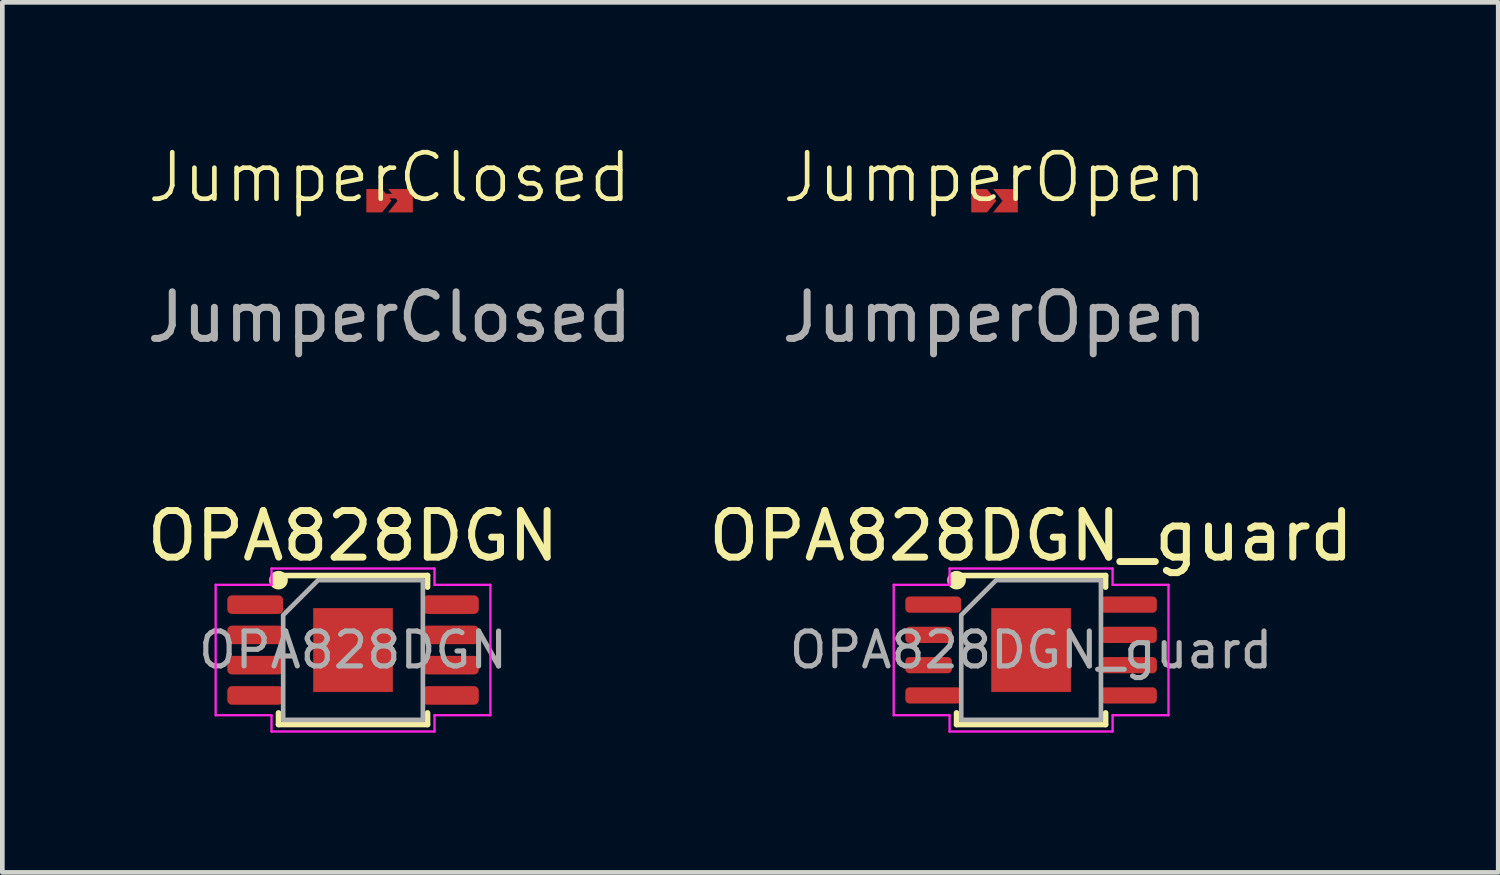
<source format=kicad_pcb>
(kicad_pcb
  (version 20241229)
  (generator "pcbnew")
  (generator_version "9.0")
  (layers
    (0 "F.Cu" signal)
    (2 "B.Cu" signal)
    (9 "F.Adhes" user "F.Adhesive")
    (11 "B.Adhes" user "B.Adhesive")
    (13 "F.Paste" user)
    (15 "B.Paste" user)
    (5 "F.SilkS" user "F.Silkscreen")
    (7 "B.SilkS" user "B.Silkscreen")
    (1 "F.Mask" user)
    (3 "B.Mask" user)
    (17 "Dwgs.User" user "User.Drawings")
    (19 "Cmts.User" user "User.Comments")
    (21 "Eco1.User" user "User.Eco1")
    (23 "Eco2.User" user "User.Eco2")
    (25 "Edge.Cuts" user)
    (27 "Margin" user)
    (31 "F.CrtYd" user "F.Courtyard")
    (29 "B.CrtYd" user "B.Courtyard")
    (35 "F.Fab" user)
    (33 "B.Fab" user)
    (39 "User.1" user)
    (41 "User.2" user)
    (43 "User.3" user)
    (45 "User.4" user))
  (footprint "JumperClosed"
    (layer "F.Cu")
    (at 5.315 1.26)
    (property "Reference" "JumperClosed" (at 0 -0.5 0) (unlocked yes) (layer "F.SilkS") (effects (font (size 1 1) (thickness 0.1))))
    (attr smd exclude_from_pos_files exclude_from_bom allow_missing_courtyard)
    (fp_line (start -0.1 -0.1) (end 0.2 -0.1) (stroke (width 0.1) (type default)) (layer "F.Cu"))
    (fp_text user "${REFERENCE}" (at 0 2.5 0) (unlocked yes) (layer "F.Fab") (effects (font (size 1 1) (thickness 0.15))))
    (pad "1" smd custom (at -0.4 0) (size 0.2 0.2) (layers "F.Cu" "F.Mask" "F.Paste") (options (anchor circle)) (primitives (gr_poly (pts (xy -0.1 -0.07) (xy -0.098 -0.081) (xy -0.091 -0.091) (xy -0.081 -0.098) (xy -0.07 -0.1) (xy 0.07 -0.1) (xy 0.081 -0.098) (xy 0.091 -0.091) (xy 0.098 -0.081) (xy 0.1 -0.07) (xy 0.1 0.07) (xy 0.098 0.081) (xy 0.091 0.091) (xy 0.081 0.098) (xy 0.07 0.1) (xy -0.07 0.1) (xy -0.081 0.098) (xy -0.091 0.091) (xy -0.098 0.081) (xy -0.1 0.07)) (width 0) (fill yes)) (gr_poly (pts (xy -0.1 -0.25) (xy 0.24 -0.25) (xy 0.44 0) (xy 0.24 0.25) (xy -0.1 0.25)) (width 0) (fill yes))))
    (pad "2" smd custom (at 0.4 0) (size 0.2 0.2) (layers "F.Cu" "F.Mask" "F.Paste") (options (anchor circle)) (primitives (gr_poly (pts (xy -0.1 -0.07) (xy -0.098 -0.081) (xy -0.091 -0.091) (xy -0.081 -0.098) (xy -0.07 -0.1) (xy 0.07 -0.1) (xy 0.081 -0.098) (xy 0.091 -0.091) (xy 0.098 -0.081) (xy 0.1 -0.07) (xy 0.1 0.07) (xy 0.098 0.081) (xy 0.091 0.091) (xy 0.081 0.098) (xy 0.07 0.1) (xy -0.07 0.1) (xy -0.081 0.098) (xy -0.091 0.091) (xy -0.098 0.081) (xy -0.1 0.07)) (width 0) (fill yes)) (gr_poly (pts (xy 0.1 0.25) (xy -0.43 0.25) (xy -0.23 0) (xy -0.43 -0.25) (xy 0.1 -0.25)) (width 0) (fill yes)))))
  (footprint "JumperOpen"
    (layer "F.Cu")
    (at 18.304 1.26)
    (property "Reference" "JumperOpen" (at 0 -0.5 0) (unlocked yes) (layer "F.SilkS") (effects (font (size 1 1) (thickness 0.1))))
    (attr smd exclude_from_pos_files exclude_from_bom allow_missing_courtyard)
    (fp_text user "${REFERENCE}" (at 0 2.5 0) (unlocked yes) (layer "F.Fab") (effects (font (size 1 1) (thickness 0.15))))
    (pad "1" smd custom (at -0.4 0) (size 0.2 0.2) (layers "F.Cu" "F.Mask" "F.Paste") (options (anchor circle)) (primitives (gr_poly (pts (xy -0.1 -0.07) (xy -0.098 -0.081) (xy -0.091 -0.091) (xy -0.081 -0.098) (xy -0.07 -0.1) (xy 0.07 -0.1) (xy 0.081 -0.098) (xy 0.091 -0.091) (xy 0.098 -0.081) (xy 0.1 -0.07) (xy 0.1 0.07) (xy 0.098 0.081) (xy 0.091 0.091) (xy 0.081 0.098) (xy 0.07 0.1) (xy -0.07 0.1) (xy -0.081 0.098) (xy -0.091 0.091) (xy -0.098 0.081) (xy -0.1 0.07)) (width 0) (fill yes)) (gr_poly (pts (xy -0.1 -0.25) (xy 0.24 -0.25) (xy 0.44 0) (xy 0.24 0.25) (xy -0.1 0.25)) (width 0) (fill yes))))
    (pad "2" smd custom (at 0.4 0) (size 0.2 0.2) (layers "F.Cu" "F.Mask" "F.Paste") (options (anchor circle)) (primitives (gr_poly (pts (xy -0.1 -0.07) (xy -0.098 -0.081) (xy -0.091 -0.091) (xy -0.081 -0.098) (xy -0.07 -0.1) (xy 0.07 -0.1) (xy 0.081 -0.098) (xy 0.091 -0.091) (xy 0.098 -0.081) (xy 0.1 -0.07) (xy 0.1 0.07) (xy 0.098 0.081) (xy 0.091 0.091) (xy 0.081 0.098) (xy 0.07 0.1) (xy -0.07 0.1) (xy -0.081 0.098) (xy -0.091 0.091) (xy -0.098 0.081) (xy -0.1 0.07)) (width 0) (fill yes)) (gr_poly (pts (xy 0.1 0.25) (xy -0.43 0.25) (xy -0.23 0) (xy -0.43 -0.25) (xy 0.1 -0.25)) (width 0) (fill yes)))))
  (footprint "OPA828DGN_guard"
    (layer "F.Cu")
    (at 19.089 10.907)
    (property "Reference" "OPA828DGN_guard" (at 0 -2.45 0) (layer "F.SilkS") (effects (font (size 1 1) (thickness 0.15))))
    (attr smd)
    (fp_line (start -1.6 -1.6) (end 1.6 -1.6) (stroke (width 0.12) (type solid)) (layer "F.SilkS"))
    (fp_line (start -1.6 1.6) (end -1.6 1.35) (stroke (width 0.12) (type solid)) (layer "F.SilkS"))
    (fp_line (start 1.6 -1.6) (end 1.6 -1.35) (stroke (width 0.12) (type solid)) (layer "F.SilkS"))
    (fp_line (start 1.6 1.35) (end 1.6 1.6) (stroke (width 0.12) (type solid)) (layer "F.SilkS"))
    (fp_line (start 1.6 1.6) (end -1.6 1.6) (stroke (width 0.12) (type solid)) (layer "F.SilkS"))
    (fp_circle (center -1.6 -1.5) (end -1.6 -1.3) (stroke (width 0) (type default)) (fill yes) (layer "F.SilkS"))
    (fp_line (start -2.95 -1.4) (end -1.75 -1.4) (stroke (width 0.05) (type solid)) (layer "F.CrtYd"))
    (fp_line (start -2.95 1.4) (end -2.95 -1.4) (stroke (width 0.05) (type solid)) (layer "F.CrtYd"))
    (fp_line (start -1.75 -1.75) (end 1.75 -1.75) (stroke (width 0.05) (type solid)) (layer "F.CrtYd"))
    (fp_line (start -1.75 -1.4) (end -1.75 -1.75) (stroke (width 0.05) (type solid)) (layer "F.CrtYd"))
    (fp_line (start -1.75 1.4) (end -2.95 1.4) (stroke (width 0.05) (type solid)) (layer "F.CrtYd"))
    (fp_line (start -1.75 1.75) (end -1.75 1.4) (stroke (width 0.05) (type solid)) (layer "F.CrtYd"))
    (fp_line (start 1.75 -1.75) (end 1.75 -1.4) (stroke (width 0.05) (type solid)) (layer "F.CrtYd"))
    (fp_line (start 1.75 -1.4) (end 2.95 -1.4) (stroke (width 0.05) (type solid)) (layer "F.CrtYd"))
    (fp_line (start 1.75 1.4) (end 1.75 1.75) (stroke (width 0.05) (type solid)) (layer "F.CrtYd"))
    (fp_line (start 1.75 1.75) (end -1.75 1.75) (stroke (width 0.05) (type solid)) (layer "F.CrtYd"))
    (fp_line (start 2.95 -1.4) (end 2.95 1.4) (stroke (width 0.05) (type solid)) (layer "F.CrtYd"))
    (fp_line (start 2.95 1.4) (end 1.75 1.4) (stroke (width 0.05) (type solid)) (layer "F.CrtYd"))
    (fp_poly (pts (xy -0.75 -1.5) (xy 1.5 -1.5) (xy 1.5 1.5) (xy -1.5 1.5) (xy -1.5 -0.75)) (stroke (width 0.1) (type solid)) (fill no) (layer "F.Fab"))
    (fp_text user "${REFERENCE}" (at 0 0 0) (layer "F.Fab") (effects (font (size 0.75 0.75) (thickness 0.11))))
    (pad "1" smd roundrect (at -2.1 -0.975) (size 1.2 0.349) (layers "F.Cu" "F.Mask" "F.Paste") (roundrect_rratio 0.25))
    (pad "2" smd roundrect (at -2.2 -0.325) (size 1 0.349) (layers "F.Cu" "F.Mask" "F.Paste") (roundrect_rratio 0.25))
    (pad "3" smd roundrect (at -2.2 0.325) (size 1 0.349) (layers "F.Cu" "F.Mask" "F.Paste") (roundrect_rratio 0.25))
    (pad "4" smd roundrect (at -2.1 0.975) (size 1.2 0.349) (layers "F.Cu" "F.Mask" "F.Paste") (roundrect_rratio 0.25))
    (pad "5" smd roundrect (at 2.1 0.975) (size 1.2 0.349) (layers "F.Cu" "F.Mask" "F.Paste") (roundrect_rratio 0.25))
    (pad "6" smd roundrect (at 2.1 0.325) (size 1.2 0.349) (layers "F.Cu" "F.Mask" "F.Paste") (roundrect_rratio 0.25))
    (pad "7" smd roundrect (at 2.1 -0.325) (size 1.2 0.349) (layers "F.Cu" "F.Mask" "F.Paste") (roundrect_rratio 0.25))
    (pad "8" smd roundrect (at 2.1 -0.975) (size 1.2 0.349) (layers "F.Cu" "F.Mask" "F.Paste") (roundrect_rratio 0.25))
    (pad "9" smd rect (at 0 0) (size 1.71 1.8) (layers "F.Cu" "F.Mask" "F.Paste")))
  (footprint "OPA828DGN"
    (layer "F.Cu")
    (at 4.53 10.907)
    (property "Reference" "OPA828DGN" (at 0 -2.45 0) (layer "F.SilkS") (effects (font (size 1 1) (thickness 0.15))))
    (attr smd)
    (fp_line (start -1.6 -1.6) (end 1.6 -1.6) (stroke (width 0.12) (type solid)) (layer "F.SilkS"))
    (fp_line (start -1.6 1.6) (end -1.6 1.35) (stroke (width 0.12) (type solid)) (layer "F.SilkS"))
    (fp_line (start 1.6 -1.6) (end 1.6 -1.35) (stroke (width 0.12) (type solid)) (layer "F.SilkS"))
    (fp_line (start 1.6 1.35) (end 1.6 1.6) (stroke (width 0.12) (type solid)) (layer "F.SilkS"))
    (fp_line (start 1.6 1.6) (end -1.6 1.6) (stroke (width 0.12) (type solid)) (layer "F.SilkS"))
    (fp_circle (center -1.6 -1.5) (end -1.6 -1.3) (stroke (width 0) (type default)) (fill yes) (layer "F.SilkS"))
    (fp_line (start -2.95 -1.4) (end -1.75 -1.4) (stroke (width 0.05) (type solid)) (layer "F.CrtYd"))
    (fp_line (start -2.95 1.4) (end -2.95 -1.4) (stroke (width 0.05) (type solid)) (layer "F.CrtYd"))
    (fp_line (start -1.75 -1.75) (end 1.75 -1.75) (stroke (width 0.05) (type solid)) (layer "F.CrtYd"))
    (fp_line (start -1.75 -1.4) (end -1.75 -1.75) (stroke (width 0.05) (type solid)) (layer "F.CrtYd"))
    (fp_line (start -1.75 1.4) (end -2.95 1.4) (stroke (width 0.05) (type solid)) (layer "F.CrtYd"))
    (fp_line (start -1.75 1.75) (end -1.75 1.4) (stroke (width 0.05) (type solid)) (layer "F.CrtYd"))
    (fp_line (start 1.75 -1.75) (end 1.75 -1.4) (stroke (width 0.05) (type solid)) (layer "F.CrtYd"))
    (fp_line (start 1.75 -1.4) (end 2.95 -1.4) (stroke (width 0.05) (type solid)) (layer "F.CrtYd"))
    (fp_line (start 1.75 1.4) (end 1.75 1.75) (stroke (width 0.05) (type solid)) (layer "F.CrtYd"))
    (fp_line (start 1.75 1.75) (end -1.75 1.75) (stroke (width 0.05) (type solid)) (layer "F.CrtYd"))
    (fp_line (start 2.95 -1.4) (end 2.95 1.4) (stroke (width 0.05) (type solid)) (layer "F.CrtYd"))
    (fp_line (start 2.95 1.4) (end 1.75 1.4) (stroke (width 0.05) (type solid)) (layer "F.CrtYd"))
    (fp_poly (pts (xy -0.75 -1.5) (xy 1.5 -1.5) (xy 1.5 1.5) (xy -1.5 1.5) (xy -1.5 -0.75)) (stroke (width 0.1) (type solid)) (fill no) (layer "F.Fab"))
    (fp_text user "${REFERENCE}" (at 0 0 0) (layer "F.Fab") (effects (font (size 0.75 0.75) (thickness 0.11))))
    (pad "1" smd roundrect (at -2.1 -0.975) (size 1.2 0.4) (layers "F.Cu" "F.Mask" "F.Paste") (roundrect_rratio 0.25))
    (pad "2" smd roundrect (at -2.1 -0.325) (size 1.2 0.4) (layers "F.Cu" "F.Mask" "F.Paste") (roundrect_rratio 0.25))
    (pad "3" smd roundrect (at -2.1 0.325) (size 1.2 0.4) (layers "F.Cu" "F.Mask" "F.Paste") (roundrect_rratio 0.25))
    (pad "4" smd roundrect (at -2.1 0.975) (size 1.2 0.4) (layers "F.Cu" "F.Mask" "F.Paste") (roundrect_rratio 0.25))
    (pad "5" smd roundrect (at 2.1 0.975) (size 1.2 0.4) (layers "F.Cu" "F.Mask" "F.Paste") (roundrect_rratio 0.25))
    (pad "6" smd roundrect (at 2.1 0.325) (size 1.2 0.4) (layers "F.Cu" "F.Mask" "F.Paste") (roundrect_rratio 0.25))
    (pad "7" smd roundrect (at 2.1 -0.325) (size 1.2 0.4) (layers "F.Cu" "F.Mask" "F.Paste") (roundrect_rratio 0.25))
    (pad "8" smd roundrect (at 2.1 -0.975) (size 1.2 0.4) (layers "F.Cu" "F.Mask" "F.Paste") (roundrect_rratio 0.25))
    (pad "9" smd rect (at 0 0) (size 1.71 1.8) (layers "F.Cu" "F.Mask" "F.Paste")))
  (gr_rect
    (start -3 -3)
    (end 29.119 15.682)
    (stroke (width 0.1) (type default))
    (fill no)
    (layer "Edge.Cuts")))
</source>
